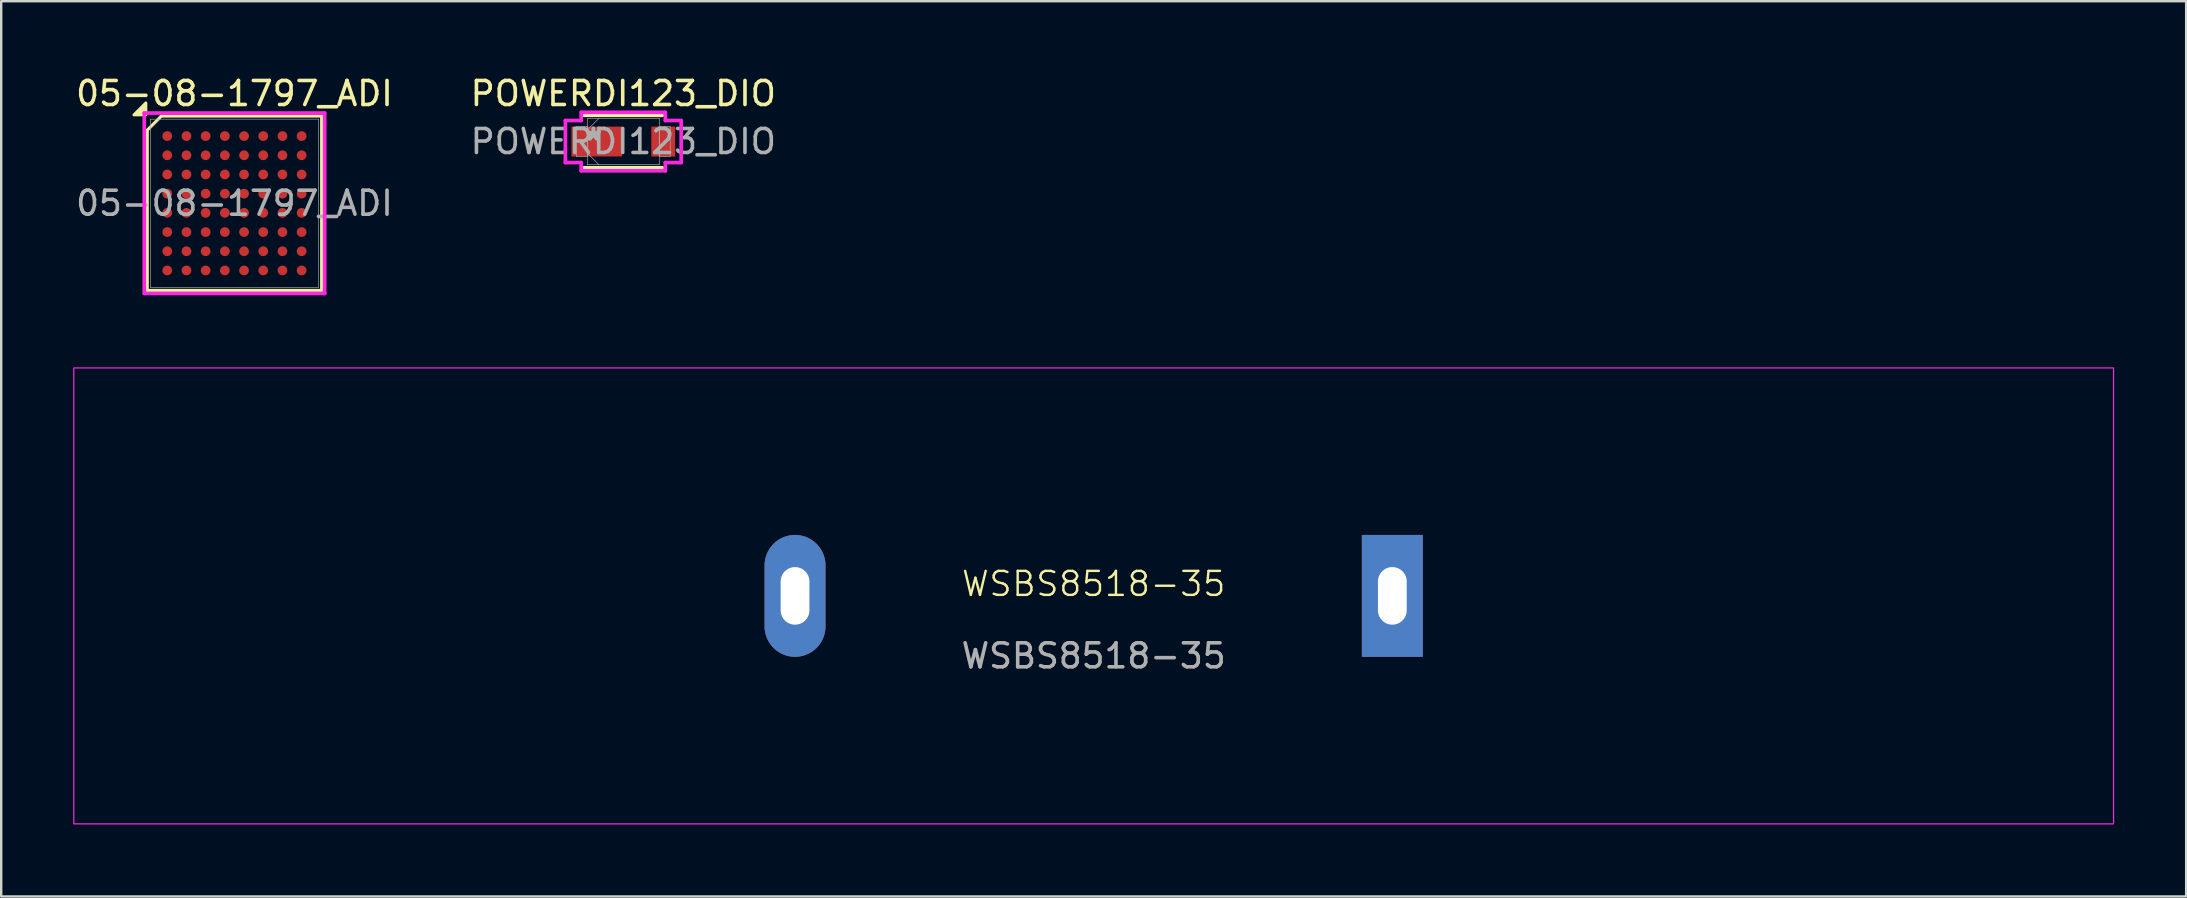
<source format=kicad_pcb>
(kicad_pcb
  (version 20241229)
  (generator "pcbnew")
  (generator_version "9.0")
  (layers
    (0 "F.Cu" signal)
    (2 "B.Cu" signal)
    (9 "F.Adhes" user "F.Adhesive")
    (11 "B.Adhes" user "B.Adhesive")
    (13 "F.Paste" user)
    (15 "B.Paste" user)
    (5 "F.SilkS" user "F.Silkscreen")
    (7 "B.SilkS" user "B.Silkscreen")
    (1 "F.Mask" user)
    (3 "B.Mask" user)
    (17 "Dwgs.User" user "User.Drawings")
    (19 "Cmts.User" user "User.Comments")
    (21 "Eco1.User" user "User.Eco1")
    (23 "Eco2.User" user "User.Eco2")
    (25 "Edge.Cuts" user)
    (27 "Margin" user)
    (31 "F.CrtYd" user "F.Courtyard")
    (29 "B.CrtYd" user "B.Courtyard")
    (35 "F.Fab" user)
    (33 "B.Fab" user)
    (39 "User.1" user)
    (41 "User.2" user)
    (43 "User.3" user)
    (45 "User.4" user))
  (footprint "POWERDI123_DIO"
    (layer "F.Cu")
    (at 22.923 2.848)
    (property "Reference" "POWERDI123_DIO" (at 0 -2 0) (unlocked yes) (layer "F.SilkS") (effects (font (size 1 1) (thickness 0.15))))
    (attr smd)
    (fp_line (start -1.626 1.092) (end 1.626 1.092) (stroke (width 0.152) (type solid)) (layer "F.SilkS"))
    (fp_line (start 1.626 -1.092) (end -1.626 -1.092) (stroke (width 0.152) (type solid)) (layer "F.SilkS"))
    (fp_line (start -2.413 -0.876) (end -1.753 -0.876) (stroke (width 0.152) (type solid)) (layer "F.CrtYd"))
    (fp_line (start -2.413 0.876) (end -2.413 -0.876) (stroke (width 0.152) (type solid)) (layer "F.CrtYd"))
    (fp_line (start -1.753 -1.219) (end 1.753 -1.219) (stroke (width 0.152) (type solid)) (layer "F.CrtYd"))
    (fp_line (start -1.753 -0.876) (end -1.753 -1.219) (stroke (width 0.152) (type solid)) (layer "F.CrtYd"))
    (fp_line (start -1.753 0.876) (end -2.413 0.876) (stroke (width 0.152) (type solid)) (layer "F.CrtYd"))
    (fp_line (start -1.753 1.219) (end -1.753 0.876) (stroke (width 0.152) (type solid)) (layer "F.CrtYd"))
    (fp_line (start 1.753 -1.219) (end 1.753 -0.876) (stroke (width 0.152) (type solid)) (layer "F.CrtYd"))
    (fp_line (start 1.753 -0.876) (end 2.413 -0.876) (stroke (width 0.152) (type solid)) (layer "F.CrtYd"))
    (fp_line (start 1.753 0.876) (end 1.753 1.219) (stroke (width 0.152) (type solid)) (layer "F.CrtYd"))
    (fp_line (start 1.753 1.219) (end -1.753 1.219) (stroke (width 0.152) (type solid)) (layer "F.CrtYd"))
    (fp_line (start 2.413 -0.876) (end 2.413 0.876) (stroke (width 0.152) (type solid)) (layer "F.CrtYd"))
    (fp_line (start 2.413 0.876) (end 1.753 0.876) (stroke (width 0.152) (type solid)) (layer "F.CrtYd"))
    (fp_line (start -1.956 -0.622) (end -1.956 0.622) (stroke (width 0.025) (type solid)) (layer "F.Fab"))
    (fp_line (start -1.956 0.622) (end -1.499 0.622) (stroke (width 0.025) (type solid)) (layer "F.Fab"))
    (fp_line (start -1.499 -0.965) (end -1.499 0.965) (stroke (width 0.025) (type solid)) (layer "F.Fab"))
    (fp_line (start -1.499 -0.622) (end -1.956 -0.622) (stroke (width 0.025) (type solid)) (layer "F.Fab"))
    (fp_line (start -1.499 -0.483) (end -1.016 -0.965) (stroke (width 0.025) (type solid)) (layer "F.Fab"))
    (fp_line (start -1.499 0.483) (end -1.016 0.965) (stroke (width 0.025) (type solid)) (layer "F.Fab"))
    (fp_line (start -1.499 0.622) (end -1.499 -0.622) (stroke (width 0.025) (type solid)) (layer "F.Fab"))
    (fp_line (start -1.499 0.965) (end 1.499 0.965) (stroke (width 0.025) (type solid)) (layer "F.Fab"))
    (fp_line (start 1.499 -0.965) (end -1.499 -0.965) (stroke (width 0.025) (type solid)) (layer "F.Fab"))
    (fp_line (start 1.499 -0.622) (end 1.499 0.622) (stroke (width 0.025) (type solid)) (layer "F.Fab"))
    (fp_line (start 1.499 0.622) (end 1.956 0.622) (stroke (width 0.025) (type solid)) (layer "F.Fab"))
    (fp_line (start 1.499 0.965) (end 1.499 -0.965) (stroke (width 0.025) (type solid)) (layer "F.Fab"))
    (fp_line (start 1.956 -0.622) (end 1.499 -0.622) (stroke (width 0.025) (type solid)) (layer "F.Fab"))
    (fp_line (start 1.956 0.622) (end 1.956 -0.622) (stroke (width 0.025) (type solid)) (layer "F.Fab"))
    (fp_text user "${REFERENCE}" (at 0 0 0) (unlocked yes) (layer "F.Fab") (effects (font (size 1 1) (thickness 0.15))))
    (fp_text user "*" (at -1.245 0 0) (layer "F.Fab") (effects (font (size 1 1) (thickness 0.15))))
    (fp_text user "*" (at -1.245 0 0) (unlocked yes) (layer "F.Fab") (effects (font (size 1 1) (thickness 0.15))))
    (pad "1" smd rect (at -1.105 0) (size 2.108 1.245) (layers "F.Cu" "F.Mask" "F.Paste"))
    (pad "2" smd rect (at 1.664 0) (size 0.991 1.245) (layers "F.Cu" "F.Mask" "F.Paste"))
    (zone (net_name "") (layer "F.Cu") (hatch full 0.508) (connect_pads) (min_thickness 0.254) (filled_areas_thickness no) (keepout (tracks not_allowed) (vias not_allowed) (pads allowed) (copperpour not_allowed) (footprints allowed)) (placement (enabled no)) (fill) (polygon (pts (xy 22.923 1.934) (xy 24.04 1.934) (xy 24.04 3.763) (xy 22.923 3.763)))))
  (footprint "WSBS8518-35"
    (layer "F.Cu")
    (at 42.525 21.781)
    (property "Reference" "WSBS8518-35" (at 0 -0.5 0) (unlocked yes) (layer "F.SilkS") (effects (font (size 1 1) (thickness 0.1))))
    (attr through_hole)
    (fp_rect (start -42.5 -9.5) (end 42.5 9.5) (stroke (width 0.05) (type default)) (fill no) (layer "F.CrtYd"))
    (fp_text user "${REFERENCE}" (at 0 2.5 0) (unlocked yes) (layer "F.Fab") (effects (font (size 1 1) (thickness 0.15))))
    (pad "1" thru_hole rect (at 12.445 0) (size 2.54 5.08) (drill oval 1.2 2.4) (layers "*.Cu" "*.Mask"))
    (pad "2" thru_hole oval (at -12.445 0) (size 2.54 5.08) (drill oval 1.2 2.4) (layers "*.Cu" "*.Mask")))
  (footprint "05-08-1797_ADI"
    (layer "F.Cu")
    (at 6.72 5.42)
    (property "Reference" "05-08-1797_ADI" (at 0 -4.572 0) (unlocked yes) (layer "F.SilkS") (effects (font (size 1 1) (thickness 0.15))))
    (attr smd)
    (fp_line (start -3.632 -3.048) (end -3.632 3.632) (stroke (width 0.127) (type solid)) (layer "F.SilkS"))
    (fp_line (start -3.632 -3.048) (end -3.048 -3.632) (stroke (width 0.127) (type default)) (layer "F.SilkS"))
    (fp_line (start -3.632 3.632) (end 3.632 3.632) (stroke (width 0.127) (type solid)) (layer "F.SilkS"))
    (fp_line (start 3.632 -3.632) (end -3.048 -3.632) (stroke (width 0.127) (type solid)) (layer "F.SilkS"))
    (fp_line (start 3.632 3.632) (end 3.632 -3.632) (stroke (width 0.127) (type solid)) (layer "F.SilkS"))
    (fp_poly (pts (xy -3.691 -3.683) (xy -4.191 -3.683) (xy -3.691 -4.183) (xy -3.691 -3.683)) (stroke (width 0.12) (type solid)) (fill yes) (layer "F.SilkS"))
    (fp_line (start -3.759 -3.759) (end 3.759 -3.759) (stroke (width 0.152) (type solid)) (layer "F.CrtYd"))
    (fp_line (start -3.759 3.759) (end -3.759 -3.759) (stroke (width 0.152) (type solid)) (layer "F.CrtYd"))
    (fp_line (start 3.759 -3.759) (end 3.759 3.759) (stroke (width 0.152) (type solid)) (layer "F.CrtYd"))
    (fp_line (start 3.759 3.759) (end -3.759 3.759) (stroke (width 0.152) (type solid)) (layer "F.CrtYd"))
    (fp_line (start -3.505 -3.505) (end -3.505 3.505) (stroke (width 0.025) (type solid)) (layer "F.Fab"))
    (fp_line (start -3.505 3.505) (end 3.505 3.505) (stroke (width 0.025) (type solid)) (layer "F.Fab"))
    (fp_line (start -3.105 -3.505) (end -3.505 -3.105) (stroke (width 0.025) (type solid)) (layer "F.Fab"))
    (fp_line (start 3.505 -3.505) (end -3.505 -3.505) (stroke (width 0.025) (type solid)) (layer "F.Fab"))
    (fp_line (start 3.505 3.505) (end 3.505 -3.505) (stroke (width 0.025) (type solid)) (layer "F.Fab"))
    (fp_text user "${REFERENCE}" (at 0 0 0) (unlocked yes) (layer "F.Fab") (effects (font (size 1 1) (thickness 0.15))))
    (pad "A1" smd circle (at -2.8 -2.8) (size 0.406 0.406) (layers "F.Cu" "F.Mask" "F.Paste"))
    (pad "A2" smd circle (at -2 -2.8) (size 0.406 0.406) (layers "F.Cu" "F.Mask" "F.Paste"))
    (pad "A3" smd circle (at -1.2 -2.8) (size 0.406 0.406) (layers "F.Cu" "F.Mask" "F.Paste"))
    (pad "A4" smd circle (at -0.4 -2.8) (size 0.406 0.406) (layers "F.Cu" "F.Mask" "F.Paste"))
    (pad "A5" smd circle (at 0.4 -2.8) (size 0.406 0.406) (layers "F.Cu" "F.Mask" "F.Paste"))
    (pad "A6" smd circle (at 1.2 -2.8) (size 0.406 0.406) (layers "F.Cu" "F.Mask" "F.Paste"))
    (pad "A7" smd circle (at 2 -2.8) (size 0.406 0.406) (layers "F.Cu" "F.Mask" "F.Paste"))
    (pad "A8" smd circle (at 2.8 -2.8) (size 0.406 0.406) (layers "F.Cu" "F.Mask" "F.Paste"))
    (pad "B1" smd circle (at -2.8 -2) (size 0.406 0.406) (layers "F.Cu" "F.Mask" "F.Paste"))
    (pad "B2" smd circle (at -2 -2) (size 0.406 0.406) (layers "F.Cu" "F.Mask" "F.Paste"))
    (pad "B3" smd circle (at -1.2 -2) (size 0.406 0.406) (layers "F.Cu" "F.Mask" "F.Paste"))
    (pad "B4" smd circle (at -0.4 -2) (size 0.406 0.406) (layers "F.Cu" "F.Mask" "F.Paste"))
    (pad "B5" smd circle (at 0.4 -2) (size 0.406 0.406) (layers "F.Cu" "F.Mask" "F.Paste"))
    (pad "B6" smd circle (at 1.2 -2) (size 0.406 0.406) (layers "F.Cu" "F.Mask" "F.Paste"))
    (pad "B7" smd circle (at 2 -2) (size 0.406 0.406) (layers "F.Cu" "F.Mask" "F.Paste"))
    (pad "B8" smd circle (at 2.8 -2) (size 0.406 0.406) (layers "F.Cu" "F.Mask" "F.Paste"))
    (pad "C1" smd circle (at -2.8 -1.2) (size 0.406 0.406) (layers "F.Cu" "F.Mask" "F.Paste"))
    (pad "C2" smd circle (at -2 -1.2) (size 0.406 0.406) (layers "F.Cu" "F.Mask" "F.Paste"))
    (pad "C3" smd circle (at -1.2 -1.2) (size 0.406 0.406) (layers "F.Cu" "F.Mask" "F.Paste"))
    (pad "C4" smd circle (at -0.4 -1.2) (size 0.406 0.406) (layers "F.Cu" "F.Mask" "F.Paste"))
    (pad "C5" smd circle (at 0.4 -1.2) (size 0.406 0.406) (layers "F.Cu" "F.Mask" "F.Paste"))
    (pad "C6" smd circle (at 1.2 -1.2) (size 0.406 0.406) (layers "F.Cu" "F.Mask" "F.Paste"))
    (pad "C7" smd circle (at 2 -1.2) (size 0.406 0.406) (layers "F.Cu" "F.Mask" "F.Paste"))
    (pad "C8" smd circle (at 2.8 -1.2) (size 0.406 0.406) (layers "F.Cu" "F.Mask" "F.Paste"))
    (pad "D1" smd circle (at -2.8 -0.4) (size 0.406 0.406) (layers "F.Cu" "F.Mask" "F.Paste"))
    (pad "D2" smd circle (at -2 -0.4) (size 0.406 0.406) (layers "F.Cu" "F.Mask" "F.Paste"))
    (pad "D3" smd circle (at -1.2 -0.4) (size 0.406 0.406) (layers "F.Cu" "F.Mask" "F.Paste"))
    (pad "D4" smd circle (at -0.4 -0.4) (size 0.406 0.406) (layers "F.Cu" "F.Mask" "F.Paste"))
    (pad "D5" smd circle (at 0.4 -0.4) (size 0.406 0.406) (layers "F.Cu" "F.Mask" "F.Paste"))
    (pad "D6" smd circle (at 1.2 -0.4) (size 0.406 0.406) (layers "F.Cu" "F.Mask" "F.Paste"))
    (pad "D7" smd circle (at 2 -0.4) (size 0.406 0.406) (layers "F.Cu" "F.Mask" "F.Paste"))
    (pad "D8" smd circle (at 2.8 -0.4) (size 0.406 0.406) (layers "F.Cu" "F.Mask" "F.Paste"))
    (pad "E1" smd circle (at -2.8 0.4) (size 0.406 0.406) (layers "F.Cu" "F.Mask" "F.Paste"))
    (pad "E2" smd circle (at -2 0.4) (size 0.406 0.406) (layers "F.Cu" "F.Mask" "F.Paste"))
    (pad "E3" smd circle (at -1.2 0.4) (size 0.406 0.406) (layers "F.Cu" "F.Mask" "F.Paste"))
    (pad "E4" smd circle (at -0.4 0.4) (size 0.406 0.406) (layers "F.Cu" "F.Mask" "F.Paste"))
    (pad "E5" smd circle (at 0.4 0.4) (size 0.406 0.406) (layers "F.Cu" "F.Mask" "F.Paste"))
    (pad "E6" smd circle (at 1.2 0.4) (size 0.406 0.406) (layers "F.Cu" "F.Mask" "F.Paste"))
    (pad "E7" smd circle (at 2 0.4) (size 0.406 0.406) (layers "F.Cu" "F.Mask" "F.Paste"))
    (pad "E8" smd circle (at 2.8 0.4) (size 0.406 0.406) (layers "F.Cu" "F.Mask" "F.Paste"))
    (pad "F1" smd circle (at -2.8 1.2) (size 0.406 0.406) (layers "F.Cu" "F.Mask" "F.Paste"))
    (pad "F2" smd circle (at -2 1.2) (size 0.406 0.406) (layers "F.Cu" "F.Mask" "F.Paste"))
    (pad "F3" smd circle (at -1.2 1.2) (size 0.406 0.406) (layers "F.Cu" "F.Mask" "F.Paste"))
    (pad "F4" smd circle (at -0.4 1.2) (size 0.406 0.406) (layers "F.Cu" "F.Mask" "F.Paste"))
    (pad "F5" smd circle (at 0.4 1.2) (size 0.406 0.406) (layers "F.Cu" "F.Mask" "F.Paste"))
    (pad "F6" smd circle (at 1.2 1.2) (size 0.406 0.406) (layers "F.Cu" "F.Mask" "F.Paste"))
    (pad "F7" smd circle (at 2 1.2) (size 0.406 0.406) (layers "F.Cu" "F.Mask" "F.Paste"))
    (pad "F8" smd circle (at 2.8 1.2) (size 0.406 0.406) (layers "F.Cu" "F.Mask" "F.Paste"))
    (pad "G1" smd circle (at -2.8 2) (size 0.406 0.406) (layers "F.Cu" "F.Mask" "F.Paste"))
    (pad "G2" smd circle (at -2 2) (size 0.406 0.406) (layers "F.Cu" "F.Mask" "F.Paste"))
    (pad "G3" smd circle (at -1.2 2) (size 0.406 0.406) (layers "F.Cu" "F.Mask" "F.Paste"))
    (pad "G4" smd circle (at -0.4 2) (size 0.406 0.406) (layers "F.Cu" "F.Mask" "F.Paste"))
    (pad "G5" smd circle (at 0.4 2) (size 0.406 0.406) (layers "F.Cu" "F.Mask" "F.Paste"))
    (pad "G6" smd circle (at 1.2 2) (size 0.406 0.406) (layers "F.Cu" "F.Mask" "F.Paste"))
    (pad "G7" smd circle (at 2 2) (size 0.406 0.406) (layers "F.Cu" "F.Mask" "F.Paste"))
    (pad "G8" smd circle (at 2.8 2) (size 0.406 0.406) (layers "F.Cu" "F.Mask" "F.Paste"))
    (pad "H1" smd circle (at -2.8 2.8) (size 0.406 0.406) (layers "F.Cu" "F.Mask" "F.Paste"))
    (pad "H2" smd circle (at -2 2.8) (size 0.406 0.406) (layers "F.Cu" "F.Mask" "F.Paste"))
    (pad "H3" smd circle (at -1.2 2.8) (size 0.406 0.406) (layers "F.Cu" "F.Mask" "F.Paste"))
    (pad "H4" smd circle (at -0.4 2.8) (size 0.406 0.406) (layers "F.Cu" "F.Mask" "F.Paste"))
    (pad "H5" smd circle (at 0.4 2.8) (size 0.406 0.406) (layers "F.Cu" "F.Mask" "F.Paste"))
    (pad "H6" smd circle (at 1.2 2.8) (size 0.406 0.406) (layers "F.Cu" "F.Mask" "F.Paste"))
    (pad "H7" smd circle (at 2 2.8) (size 0.406 0.406) (layers "F.Cu" "F.Mask" "F.Paste"))
    (pad "H8" smd circle (at 2.8 2.8) (size 0.406 0.406) (layers "F.Cu" "F.Mask" "F.Paste")))
  (gr_rect
    (start -3 -3)
    (end 88.05 34.306)
    (stroke (width 0.1) (type default))
    (fill no)
    (layer "Edge.Cuts")))
</source>
